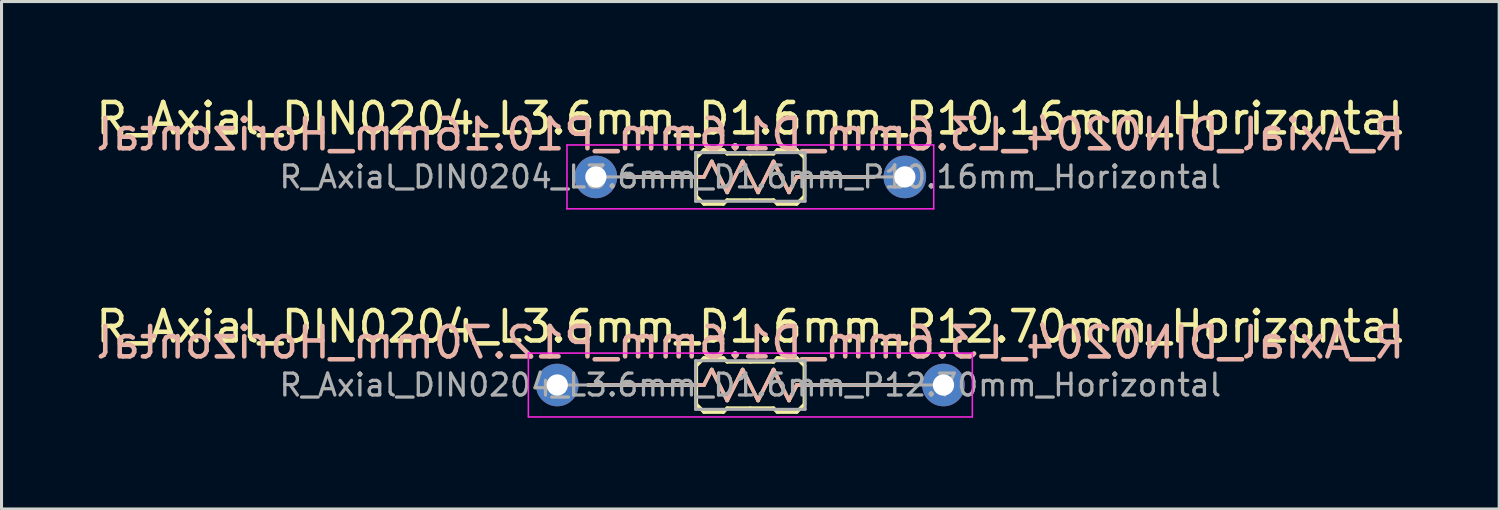
<source format=kicad_pcb>
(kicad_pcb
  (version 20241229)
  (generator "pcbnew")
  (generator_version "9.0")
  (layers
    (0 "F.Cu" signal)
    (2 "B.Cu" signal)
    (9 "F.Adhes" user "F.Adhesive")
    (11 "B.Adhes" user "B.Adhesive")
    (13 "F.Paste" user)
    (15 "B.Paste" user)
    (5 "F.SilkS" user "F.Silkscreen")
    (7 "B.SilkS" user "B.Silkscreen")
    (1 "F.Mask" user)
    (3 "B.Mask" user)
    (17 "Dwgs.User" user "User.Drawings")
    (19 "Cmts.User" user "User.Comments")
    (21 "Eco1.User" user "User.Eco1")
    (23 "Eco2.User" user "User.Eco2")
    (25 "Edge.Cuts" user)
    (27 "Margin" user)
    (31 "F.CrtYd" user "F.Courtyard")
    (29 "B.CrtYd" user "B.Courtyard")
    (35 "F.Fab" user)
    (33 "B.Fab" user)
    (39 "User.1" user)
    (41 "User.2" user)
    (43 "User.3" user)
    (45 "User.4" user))
  (footprint "R_Axial_DIN0204_L3.6mm_D1.6mm_P10.16mm_Horizontal"
    (layer "F.Cu")
    (at 16.545 2.768)
    (property "Reference" "R_Axial_DIN0204_L3.6mm_D1.6mm_P10.16mm_Horizontal" (at 5.08 -1.92 0) (layer "F.SilkS") (effects (font (size 1 1) (thickness 0.15))))
    (attr through_hole)
    (fp_line (start 1.016 0) (end 3.16 0) (stroke (width 0.12) (type solid)) (layer "F.SilkS"))
    (fp_line (start 3.16 0) (end 3.302 0) (stroke (width 0.12) (type solid)) (layer "F.SilkS"))
    (fp_line (start 3.302 -0.635) (end 3.556 -0.889) (stroke (width 0.12) (type solid)) (layer "F.SilkS"))
    (fp_line (start 3.302 0.635) (end 3.302 -0.635) (stroke (width 0.12) (type solid)) (layer "F.SilkS"))
    (fp_line (start 3.302 0.635) (end 3.556 0.889) (stroke (width 0.12) (type solid)) (layer "F.SilkS"))
    (fp_line (start 3.556 -0.889) (end 4.191 -0.889) (stroke (width 0.12) (type solid)) (layer "F.SilkS"))
    (fp_line (start 3.556 0) (end 3.302 0) (stroke (width 0.12) (type solid)) (layer "F.SilkS"))
    (fp_line (start 3.556 0) (end 3.81 -0.508) (stroke (width 0.12) (type solid)) (layer "F.SilkS"))
    (fp_line (start 3.556 0.889) (end 4.191 0.889) (stroke (width 0.12) (type solid)) (layer "F.SilkS"))
    (fp_line (start 3.81 -0.508) (end 4.318 0.508) (stroke (width 0.12) (type solid)) (layer "F.SilkS"))
    (fp_line (start 4.191 -0.889) (end 4.318 -0.762) (stroke (width 0.12) (type solid)) (layer "F.SilkS"))
    (fp_line (start 4.191 0.889) (end 4.318 0.762) (stroke (width 0.12) (type solid)) (layer "F.SilkS"))
    (fp_line (start 4.318 -0.762) (end 5.08 -0.762) (stroke (width 0.12) (type solid)) (layer "F.SilkS"))
    (fp_line (start 4.318 0.508) (end 4.826 -0.508) (stroke (width 0.12) (type solid)) (layer "F.SilkS"))
    (fp_line (start 4.318 0.762) (end 5.08 0.762) (stroke (width 0.12) (type solid)) (layer "F.SilkS"))
    (fp_line (start 4.826 -0.508) (end 5.334 0.508) (stroke (width 0.12) (type solid)) (layer "F.SilkS"))
    (fp_line (start 5.334 0.508) (end 5.842 -0.508) (stroke (width 0.12) (type solid)) (layer "F.SilkS"))
    (fp_line (start 5.842 -0.762) (end 5.08 -0.762) (stroke (width 0.12) (type solid)) (layer "F.SilkS"))
    (fp_line (start 5.842 -0.508) (end 6.35 0.508) (stroke (width 0.12) (type solid)) (layer "F.SilkS"))
    (fp_line (start 5.842 0.762) (end 5.08 0.762) (stroke (width 0.12) (type solid)) (layer "F.SilkS"))
    (fp_line (start 5.969 -0.889) (end 5.842 -0.762) (stroke (width 0.12) (type solid)) (layer "F.SilkS"))
    (fp_line (start 5.969 0.889) (end 5.842 0.762) (stroke (width 0.12) (type solid)) (layer "F.SilkS"))
    (fp_line (start 6.35 0.508) (end 6.604 0) (stroke (width 0.12) (type solid)) (layer "F.SilkS"))
    (fp_line (start 6.604 -0.889) (end 5.969 -0.889) (stroke (width 0.12) (type solid)) (layer "F.SilkS"))
    (fp_line (start 6.604 0) (end 6.858 0) (stroke (width 0.12) (type solid)) (layer "F.SilkS"))
    (fp_line (start 6.604 0.889) (end 5.969 0.889) (stroke (width 0.12) (type solid)) (layer "F.SilkS"))
    (fp_line (start 6.858 -0.635) (end 6.604 -0.889) (stroke (width 0.12) (type solid)) (layer "F.SilkS"))
    (fp_line (start 6.858 -0.635) (end 6.858 0.635) (stroke (width 0.12) (type solid)) (layer "F.SilkS"))
    (fp_line (start 6.858 0.635) (end 6.604 0.889) (stroke (width 0.12) (type solid)) (layer "F.SilkS"))
    (fp_line (start 6.985 0) (end 6.858 0) (stroke (width 0.12) (type solid)) (layer "F.SilkS"))
    (fp_line (start 9.144 0) (end 7 0) (stroke (width 0.12) (type solid)) (layer "F.SilkS"))
    (fp_line (start 3.556 0) (end 1.016 0) (stroke (width 0.12) (type solid)) (layer "B.SilkS"))
    (fp_line (start 3.556 0) (end 3.81 -0.508) (stroke (width 0.12) (type solid)) (layer "B.SilkS"))
    (fp_line (start 3.81 -0.508) (end 4.318 0.508) (stroke (width 0.12) (type solid)) (layer "B.SilkS"))
    (fp_line (start 4.318 0.508) (end 4.826 -0.508) (stroke (width 0.12) (type solid)) (layer "B.SilkS"))
    (fp_line (start 4.826 -0.508) (end 5.334 0.508) (stroke (width 0.12) (type solid)) (layer "B.SilkS"))
    (fp_line (start 5.334 0.508) (end 5.842 -0.508) (stroke (width 0.12) (type solid)) (layer "B.SilkS"))
    (fp_line (start 5.842 -0.508) (end 6.35 0.508) (stroke (width 0.12) (type solid)) (layer "B.SilkS"))
    (fp_line (start 6.35 0.508) (end 6.604 0) (stroke (width 0.12) (type solid)) (layer "B.SilkS"))
    (fp_line (start 6.604 0) (end 9.144 0) (stroke (width 0.12) (type solid)) (layer "B.SilkS"))
    (fp_line (start -0.95 -1.05) (end -0.95 1.05) (stroke (width 0.05) (type solid)) (layer "F.CrtYd"))
    (fp_line (start -0.95 1.05) (end 11.11 1.05) (stroke (width 0.05) (type solid)) (layer "F.CrtYd"))
    (fp_line (start 11.11 -1.05) (end -0.95 -1.05) (stroke (width 0.05) (type solid)) (layer "F.CrtYd"))
    (fp_line (start 11.11 1.05) (end 11.11 -1.05) (stroke (width 0.05) (type solid)) (layer "F.CrtYd"))
    (fp_line (start 0 0) (end 3.302 0) (stroke (width 0.1) (type solid)) (layer "F.Fab"))
    (fp_line (start 3.28 -0.8) (end 3.28 0.8) (stroke (width 0.1) (type solid)) (layer "F.Fab"))
    (fp_line (start 3.28 0.8) (end 6.88 0.8) (stroke (width 0.1) (type solid)) (layer "F.Fab"))
    (fp_line (start 6.88 -0.8) (end 3.28 -0.8) (stroke (width 0.1) (type solid)) (layer "F.Fab"))
    (fp_line (start 6.88 0.8) (end 6.88 -0.8) (stroke (width 0.1) (type solid)) (layer "F.Fab"))
    (fp_line (start 10.16 0) (end 6.88 0) (stroke (width 0.1) (type solid)) (layer "F.Fab"))
    (fp_text user "${REFERENCE}" (at 5.08 -1.397 0) (unlocked yes) (layer "B.SilkS") (effects (font (size 1 1) (thickness 0.15)) (justify mirror)))
    (fp_text user "${REFERENCE}" (at 5.08 0 0) (layer "F.Fab") (effects (font (size 0.72 0.72) (thickness 0.108))))
    (pad "1" thru_hole circle (at 0 0) (size 1.4 1.4) (drill 0.7) (layers "*.Cu" "*.Mask"))
    (pad "2" thru_hole oval (at 10.16 0) (size 1.4 1.4) (drill 0.7) (layers "*.Cu" "*.Mask")))
  (footprint "R_Axial_DIN0204_L3.6mm_D1.6mm_P12.70mm_Horizontal"
    (layer "F.Cu")
    (at 15.275 9.611)
    (property "Reference" "R_Axial_DIN0204_L3.6mm_D1.6mm_P12.70mm_Horizontal" (at 6.35 -1.92 0) (layer "F.SilkS") (effects (font (size 1 1) (thickness 0.15))))
    (attr through_hole)
    (fp_line (start 1.016 0) (end 4.43 0) (stroke (width 0.12) (type solid)) (layer "F.SilkS"))
    (fp_line (start 4.43 0) (end 4.572 0) (stroke (width 0.12) (type solid)) (layer "F.SilkS"))
    (fp_line (start 4.572 -0.635) (end 4.826 -0.889) (stroke (width 0.12) (type solid)) (layer "F.SilkS"))
    (fp_line (start 4.572 0.635) (end 4.572 -0.635) (stroke (width 0.12) (type solid)) (layer "F.SilkS"))
    (fp_line (start 4.572 0.635) (end 4.826 0.889) (stroke (width 0.12) (type solid)) (layer "F.SilkS"))
    (fp_line (start 4.826 -0.889) (end 5.461 -0.889) (stroke (width 0.12) (type solid)) (layer "F.SilkS"))
    (fp_line (start 4.826 0) (end 4.572 0) (stroke (width 0.12) (type solid)) (layer "F.SilkS"))
    (fp_line (start 4.826 0) (end 5.08 -0.508) (stroke (width 0.12) (type solid)) (layer "F.SilkS"))
    (fp_line (start 4.826 0.889) (end 5.461 0.889) (stroke (width 0.12) (type solid)) (layer "F.SilkS"))
    (fp_line (start 5.08 -0.508) (end 5.588 0.508) (stroke (width 0.12) (type solid)) (layer "F.SilkS"))
    (fp_line (start 5.461 -0.889) (end 5.588 -0.762) (stroke (width 0.12) (type solid)) (layer "F.SilkS"))
    (fp_line (start 5.461 0.889) (end 5.588 0.762) (stroke (width 0.12) (type solid)) (layer "F.SilkS"))
    (fp_line (start 5.588 -0.762) (end 6.35 -0.762) (stroke (width 0.12) (type solid)) (layer "F.SilkS"))
    (fp_line (start 5.588 0.508) (end 6.096 -0.508) (stroke (width 0.12) (type solid)) (layer "F.SilkS"))
    (fp_line (start 5.588 0.762) (end 6.35 0.762) (stroke (width 0.12) (type solid)) (layer "F.SilkS"))
    (fp_line (start 6.096 -0.508) (end 6.604 0.508) (stroke (width 0.12) (type solid)) (layer "F.SilkS"))
    (fp_line (start 6.604 0.508) (end 7.112 -0.508) (stroke (width 0.12) (type solid)) (layer "F.SilkS"))
    (fp_line (start 7.112 -0.762) (end 6.35 -0.762) (stroke (width 0.12) (type solid)) (layer "F.SilkS"))
    (fp_line (start 7.112 -0.508) (end 7.62 0.508) (stroke (width 0.12) (type solid)) (layer "F.SilkS"))
    (fp_line (start 7.112 0.762) (end 6.35 0.762) (stroke (width 0.12) (type solid)) (layer "F.SilkS"))
    (fp_line (start 7.239 -0.889) (end 7.112 -0.762) (stroke (width 0.12) (type solid)) (layer "F.SilkS"))
    (fp_line (start 7.239 0.889) (end 7.112 0.762) (stroke (width 0.12) (type solid)) (layer "F.SilkS"))
    (fp_line (start 7.62 0.508) (end 7.874 0) (stroke (width 0.12) (type solid)) (layer "F.SilkS"))
    (fp_line (start 7.874 -0.889) (end 7.239 -0.889) (stroke (width 0.12) (type solid)) (layer "F.SilkS"))
    (fp_line (start 7.874 0) (end 8.128 0) (stroke (width 0.12) (type solid)) (layer "F.SilkS"))
    (fp_line (start 7.874 0.889) (end 7.239 0.889) (stroke (width 0.12) (type solid)) (layer "F.SilkS"))
    (fp_line (start 8.128 -0.635) (end 7.874 -0.889) (stroke (width 0.12) (type solid)) (layer "F.SilkS"))
    (fp_line (start 8.128 -0.635) (end 8.128 0.635) (stroke (width 0.12) (type solid)) (layer "F.SilkS"))
    (fp_line (start 8.128 0.635) (end 7.874 0.889) (stroke (width 0.12) (type solid)) (layer "F.SilkS"))
    (fp_line (start 8.255 0) (end 8.128 0) (stroke (width 0.12) (type solid)) (layer "F.SilkS"))
    (fp_line (start 11.684 0) (end 8.27 0) (stroke (width 0.12) (type solid)) (layer "F.SilkS"))
    (fp_line (start 4.826 0) (end 1.016 0) (stroke (width 0.12) (type solid)) (layer "B.SilkS"))
    (fp_line (start 4.826 0) (end 5.08 -0.508) (stroke (width 0.12) (type solid)) (layer "B.SilkS"))
    (fp_line (start 5.08 -0.508) (end 5.588 0.508) (stroke (width 0.12) (type solid)) (layer "B.SilkS"))
    (fp_line (start 5.588 0.508) (end 6.096 -0.508) (stroke (width 0.12) (type solid)) (layer "B.SilkS"))
    (fp_line (start 6.096 -0.508) (end 6.604 0.508) (stroke (width 0.12) (type solid)) (layer "B.SilkS"))
    (fp_line (start 6.604 0.508) (end 7.112 -0.508) (stroke (width 0.12) (type solid)) (layer "B.SilkS"))
    (fp_line (start 7.112 -0.508) (end 7.62 0.508) (stroke (width 0.12) (type solid)) (layer "B.SilkS"))
    (fp_line (start 7.62 0.508) (end 7.874 0) (stroke (width 0.12) (type solid)) (layer "B.SilkS"))
    (fp_line (start 7.874 0) (end 11.684 0) (stroke (width 0.12) (type solid)) (layer "B.SilkS"))
    (fp_line (start -0.95 -1.05) (end -0.95 1.05) (stroke (width 0.05) (type solid)) (layer "F.CrtYd"))
    (fp_line (start -0.95 1.05) (end 13.65 1.05) (stroke (width 0.05) (type solid)) (layer "F.CrtYd"))
    (fp_line (start 13.65 -1.05) (end -0.95 -1.05) (stroke (width 0.05) (type solid)) (layer "F.CrtYd"))
    (fp_line (start 13.65 1.05) (end 13.65 -1.05) (stroke (width 0.05) (type solid)) (layer "F.CrtYd"))
    (fp_line (start 0 0) (end 4.572 0) (stroke (width 0.1) (type solid)) (layer "F.Fab"))
    (fp_line (start 4.55 -0.8) (end 4.55 0.8) (stroke (width 0.1) (type solid)) (layer "F.Fab"))
    (fp_line (start 4.55 0.8) (end 8.15 0.8) (stroke (width 0.1) (type solid)) (layer "F.Fab"))
    (fp_line (start 8.15 -0.8) (end 4.55 -0.8) (stroke (width 0.1) (type solid)) (layer "F.Fab"))
    (fp_line (start 8.15 0.8) (end 8.15 -0.8) (stroke (width 0.1) (type solid)) (layer "F.Fab"))
    (fp_line (start 12.7 0) (end 8.15 0) (stroke (width 0.1) (type solid)) (layer "F.Fab"))
    (fp_text user "${REFERENCE}" (at 6.35 -1.397 0) (unlocked yes) (layer "B.SilkS") (effects (font (size 1 1) (thickness 0.15)) (justify mirror)))
    (fp_text user "${REFERENCE}" (at 6.35 0 0) (layer "F.Fab") (effects (font (size 0.72 0.72) (thickness 0.108))))
    (pad "1" thru_hole circle (at 0 0) (size 1.4 1.4) (drill 0.7) (layers "*.Cu" "*.Mask"))
    (pad "2" thru_hole oval (at 12.7 0) (size 1.4 1.4) (drill 0.7) (layers "*.Cu" "*.Mask")))
  (gr_rect
    (start -3 -3)
    (end 46.25 13.687)
    (stroke (width 0.1) (type default))
    (fill no)
    (layer "Edge.Cuts")))
</source>
